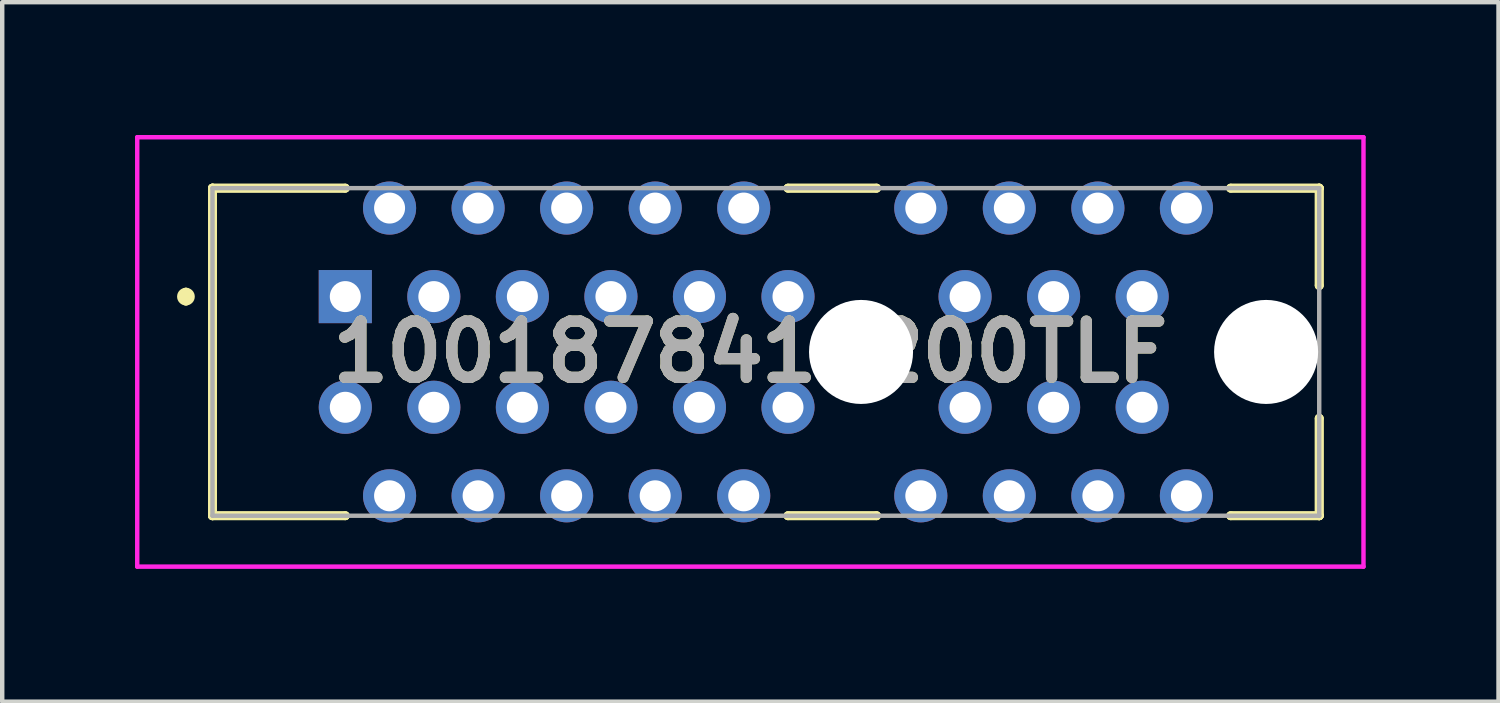
<source format=kicad_pcb>
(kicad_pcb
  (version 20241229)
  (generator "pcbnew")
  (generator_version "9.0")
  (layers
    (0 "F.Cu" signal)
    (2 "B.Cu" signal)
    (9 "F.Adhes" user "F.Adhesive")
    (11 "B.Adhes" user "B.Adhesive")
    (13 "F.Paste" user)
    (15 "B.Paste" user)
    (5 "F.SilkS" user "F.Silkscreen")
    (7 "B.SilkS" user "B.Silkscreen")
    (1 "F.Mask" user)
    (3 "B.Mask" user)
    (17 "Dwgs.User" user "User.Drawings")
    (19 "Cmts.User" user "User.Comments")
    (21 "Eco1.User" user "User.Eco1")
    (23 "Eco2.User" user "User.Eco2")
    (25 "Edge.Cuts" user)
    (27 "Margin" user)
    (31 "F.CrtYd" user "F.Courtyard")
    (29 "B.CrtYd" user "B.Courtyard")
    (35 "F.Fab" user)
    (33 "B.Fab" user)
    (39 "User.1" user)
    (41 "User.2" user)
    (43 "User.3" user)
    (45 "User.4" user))
  (footprint "1001878410200TLF"
    (layer "F.Cu")
    (at 4.75 3.65)
    (property "Reference" "1001878410200TLF" (at 9.15 1.25 0) (layer "F.SilkS") (effects (font (size 1.27 1.27) (thickness 0.254))))
    (attr through_hole)
    (fp_line (start -3.6 -0.1) (end -3.6 -0.1) (stroke (width 0.2) (type solid)) (layer "F.SilkS"))
    (fp_line (start -3.6 0.1) (end -3.6 0.1) (stroke (width 0.2) (type solid)) (layer "F.SilkS"))
    (fp_line (start -3 -2.45) (end -3 -2.45) (stroke (width 0.2) (type solid)) (layer "F.SilkS"))
    (fp_line (start -3 -2.45) (end -3 -2.45) (stroke (width 0.2) (type solid)) (layer "F.SilkS"))
    (fp_line (start -3 -2.45) (end -3 4.95) (stroke (width 0.2) (type solid)) (layer "F.SilkS"))
    (fp_line (start -3 -2.45) (end 0 -2.45) (stroke (width 0.2) (type solid)) (layer "F.SilkS"))
    (fp_line (start -3 4.95) (end -3 -2.45) (stroke (width 0.2) (type solid)) (layer "F.SilkS"))
    (fp_line (start -3 4.95) (end -3 4.95) (stroke (width 0.2) (type solid)) (layer "F.SilkS"))
    (fp_line (start -3 4.95) (end -3 4.95) (stroke (width 0.2) (type solid)) (layer "F.SilkS"))
    (fp_line (start -3 4.95) (end 0 4.95) (stroke (width 0.2) (type solid)) (layer "F.SilkS"))
    (fp_line (start 0 -2.45) (end -3 -2.45) (stroke (width 0.2) (type solid)) (layer "F.SilkS"))
    (fp_line (start 0 -2.45) (end 0 -2.45) (stroke (width 0.2) (type solid)) (layer "F.SilkS"))
    (fp_line (start 0 4.95) (end -3 4.95) (stroke (width 0.2) (type solid)) (layer "F.SilkS"))
    (fp_line (start 0 4.95) (end 0 4.95) (stroke (width 0.2) (type solid)) (layer "F.SilkS"))
    (fp_line (start 10 -2.45) (end 10 -2.45) (stroke (width 0.2) (type solid)) (layer "F.SilkS"))
    (fp_line (start 10 -2.45) (end 12 -2.45) (stroke (width 0.2) (type solid)) (layer "F.SilkS"))
    (fp_line (start 10 4.95) (end 10 4.95) (stroke (width 0.2) (type solid)) (layer "F.SilkS"))
    (fp_line (start 10 4.95) (end 12 4.95) (stroke (width 0.2) (type solid)) (layer "F.SilkS"))
    (fp_line (start 12 -2.45) (end 10 -2.45) (stroke (width 0.2) (type solid)) (layer "F.SilkS"))
    (fp_line (start 12 -2.45) (end 12 -2.45) (stroke (width 0.2) (type solid)) (layer "F.SilkS"))
    (fp_line (start 12 4.95) (end 10 4.95) (stroke (width 0.2) (type solid)) (layer "F.SilkS"))
    (fp_line (start 12 4.95) (end 12 4.95) (stroke (width 0.2) (type solid)) (layer "F.SilkS"))
    (fp_line (start 20 -2.45) (end 20 -2.45) (stroke (width 0.2) (type solid)) (layer "F.SilkS"))
    (fp_line (start 20 -2.45) (end 22 -2.45) (stroke (width 0.2) (type solid)) (layer "F.SilkS"))
    (fp_line (start 20 4.95) (end 20 4.95) (stroke (width 0.2) (type solid)) (layer "F.SilkS"))
    (fp_line (start 20 4.95) (end 22 4.95) (stroke (width 0.2) (type solid)) (layer "F.SilkS"))
    (fp_line (start 22 -2.45) (end 20 -2.45) (stroke (width 0.2) (type solid)) (layer "F.SilkS"))
    (fp_line (start 22 -2.45) (end 22 -2.45) (stroke (width 0.2) (type solid)) (layer "F.SilkS"))
    (fp_line (start 22 -2.45) (end 22 -2.45) (stroke (width 0.2) (type solid)) (layer "F.SilkS"))
    (fp_line (start 22 -2.45) (end 22 -0.25) (stroke (width 0.2) (type solid)) (layer "F.SilkS"))
    (fp_line (start 22 -0.25) (end 22 -2.45) (stroke (width 0.2) (type solid)) (layer "F.SilkS"))
    (fp_line (start 22 -0.25) (end 22 -0.25) (stroke (width 0.2) (type solid)) (layer "F.SilkS"))
    (fp_line (start 22 2.75) (end 22 2.75) (stroke (width 0.2) (type solid)) (layer "F.SilkS"))
    (fp_line (start 22 2.75) (end 22 4.95) (stroke (width 0.2) (type solid)) (layer "F.SilkS"))
    (fp_line (start 22 4.95) (end 20 4.95) (stroke (width 0.2) (type solid)) (layer "F.SilkS"))
    (fp_line (start 22 4.95) (end 22 2.75) (stroke (width 0.2) (type solid)) (layer "F.SilkS"))
    (fp_line (start 22 4.95) (end 22 4.95) (stroke (width 0.2) (type solid)) (layer "F.SilkS"))
    (fp_line (start 22 4.95) (end 22 4.95) (stroke (width 0.2) (type solid)) (layer "F.SilkS"))
    (fp_arc (start -3.6 -0.1) (mid -3.5 0) (end -3.6 0.1) (stroke (width 0.2) (type solid)) (layer "F.SilkS"))
    (fp_arc (start -3.6 0.1) (mid -3.7 0) (end -3.6 -0.1) (stroke (width 0.2) (type solid)) (layer "F.SilkS"))
    (fp_line (start -4.7 -3.6) (end 23 -3.6) (stroke (width 0.1) (type solid)) (layer "F.CrtYd"))
    (fp_line (start -4.7 6.1) (end -4.7 -3.6) (stroke (width 0.1) (type solid)) (layer "F.CrtYd"))
    (fp_line (start 23 -3.6) (end 23 6.1) (stroke (width 0.1) (type solid)) (layer "F.CrtYd"))
    (fp_line (start 23 6.1) (end -4.7 6.1) (stroke (width 0.1) (type solid)) (layer "F.CrtYd"))
    (fp_line (start -3 -2.45) (end -3 4.95) (stroke (width 0.1) (type solid)) (layer "F.Fab"))
    (fp_line (start -3 4.95) (end 22 4.95) (stroke (width 0.1) (type solid)) (layer "F.Fab"))
    (fp_line (start 22 -2.45) (end -3 -2.45) (stroke (width 0.1) (type solid)) (layer "F.Fab"))
    (fp_line (start 22 4.95) (end 22 -2.45) (stroke (width 0.1) (type solid)) (layer "F.Fab"))
    (fp_text user "${REFERENCE}" (at 9.15 1.25 0) (layer "F.Fab") (effects (font (size 1.27 1.27) (thickness 0.254))))
    (pad "" np_thru_hole circle (at 11.65 1.25) (size 2.35 2.35) (drill 2.35) (layers "*.Cu" "*.Mask"))
    (pad "" np_thru_hole circle (at 20.8 1.25) (size 2.35 2.35) (drill 2.35) (layers "*.Cu" "*.Mask"))
    (pad "A1" thru_hole rect (at 0 0) (size 1.2 1.2) (drill 0.7) (layers "*.Cu" "*.Mask"))
    (pad "A2" thru_hole circle (at 1 -2) (size 1.2 1.2) (drill 0.7) (layers "*.Cu" "*.Mask"))
    (pad "A3" thru_hole circle (at 2 0) (size 1.2 1.2) (drill 0.7) (layers "*.Cu" "*.Mask"))
    (pad "A4" thru_hole circle (at 3 -2) (size 1.2 1.2) (drill 0.7) (layers "*.Cu" "*.Mask"))
    (pad "A5" thru_hole circle (at 4 0) (size 1.2 1.2) (drill 0.7) (layers "*.Cu" "*.Mask"))
    (pad "A6" thru_hole circle (at 5 -2) (size 1.2 1.2) (drill 0.7) (layers "*.Cu" "*.Mask"))
    (pad "A7" thru_hole circle (at 6 0) (size 1.2 1.2) (drill 0.7) (layers "*.Cu" "*.Mask"))
    (pad "A8" thru_hole circle (at 7 -2) (size 1.2 1.2) (drill 0.7) (layers "*.Cu" "*.Mask"))
    (pad "A9" thru_hole circle (at 8 0) (size 1.2 1.2) (drill 0.7) (layers "*.Cu" "*.Mask"))
    (pad "A10" thru_hole circle (at 9 -2) (size 1.2 1.2) (drill 0.7) (layers "*.Cu" "*.Mask"))
    (pad "A11" thru_hole circle (at 10 0) (size 1.2 1.2) (drill 0.7) (layers "*.Cu" "*.Mask"))
    (pad "A12" thru_hole circle (at 13 -2) (size 1.2 1.2) (drill 0.7) (layers "*.Cu" "*.Mask"))
    (pad "A13" thru_hole circle (at 14 0) (size 1.2 1.2) (drill 0.7) (layers "*.Cu" "*.Mask"))
    (pad "A14" thru_hole circle (at 15 -2) (size 1.2 1.2) (drill 0.7) (layers "*.Cu" "*.Mask"))
    (pad "A15" thru_hole circle (at 16 0) (size 1.2 1.2) (drill 0.7) (layers "*.Cu" "*.Mask"))
    (pad "A16" thru_hole circle (at 17 -2) (size 1.2 1.2) (drill 0.7) (layers "*.Cu" "*.Mask"))
    (pad "A17" thru_hole circle (at 18 0) (size 1.2 1.2) (drill 0.7) (layers "*.Cu" "*.Mask"))
    (pad "A18" thru_hole circle (at 19 -2) (size 1.2 1.2) (drill 0.7) (layers "*.Cu" "*.Mask"))
    (pad "B1" thru_hole circle (at 0 2.5) (size 1.2 1.2) (drill 0.7) (layers "*.Cu" "*.Mask"))
    (pad "B2" thru_hole circle (at 1 4.5) (size 1.2 1.2) (drill 0.7) (layers "*.Cu" "*.Mask"))
    (pad "B3" thru_hole circle (at 2 2.5) (size 1.2 1.2) (drill 0.7) (layers "*.Cu" "*.Mask"))
    (pad "B4" thru_hole circle (at 3 4.5) (size 1.2 1.2) (drill 0.7) (layers "*.Cu" "*.Mask"))
    (pad "B5" thru_hole circle (at 4 2.5) (size 1.2 1.2) (drill 0.7) (layers "*.Cu" "*.Mask"))
    (pad "B6" thru_hole circle (at 5 4.5) (size 1.2 1.2) (drill 0.7) (layers "*.Cu" "*.Mask"))
    (pad "B7" thru_hole circle (at 6 2.5) (size 1.2 1.2) (drill 0.7) (layers "*.Cu" "*.Mask"))
    (pad "B8" thru_hole circle (at 7 4.5) (size 1.2 1.2) (drill 0.7) (layers "*.Cu" "*.Mask"))
    (pad "B9" thru_hole circle (at 8 2.5) (size 1.2 1.2) (drill 0.7) (layers "*.Cu" "*.Mask"))
    (pad "B10" thru_hole circle (at 9 4.5) (size 1.2 1.2) (drill 0.7) (layers "*.Cu" "*.Mask"))
    (pad "B11" thru_hole circle (at 10 2.5) (size 1.2 1.2) (drill 0.7) (layers "*.Cu" "*.Mask"))
    (pad "B12" thru_hole circle (at 13 4.5) (size 1.2 1.2) (drill 0.7) (layers "*.Cu" "*.Mask"))
    (pad "B13" thru_hole circle (at 14 2.5) (size 1.2 1.2) (drill 0.7) (layers "*.Cu" "*.Mask"))
    (pad "B14" thru_hole circle (at 15 4.5) (size 1.2 1.2) (drill 0.7) (layers "*.Cu" "*.Mask"))
    (pad "B15" thru_hole circle (at 16 2.5) (size 1.2 1.2) (drill 0.7) (layers "*.Cu" "*.Mask"))
    (pad "B16" thru_hole circle (at 17 4.5) (size 1.2 1.2) (drill 0.7) (layers "*.Cu" "*.Mask"))
    (pad "B17" thru_hole circle (at 18 2.5) (size 1.2 1.2) (drill 0.7) (layers "*.Cu" "*.Mask"))
    (pad "B18" thru_hole circle (at 19 4.5) (size 1.2 1.2) (drill 0.7) (layers "*.Cu" "*.Mask")))
  (gr_rect
    (start -3 -3)
    (end 30.8 12.8)
    (stroke (width 0.1) (type default))
    (fill no)
    (layer "Edge.Cuts")))
</source>
